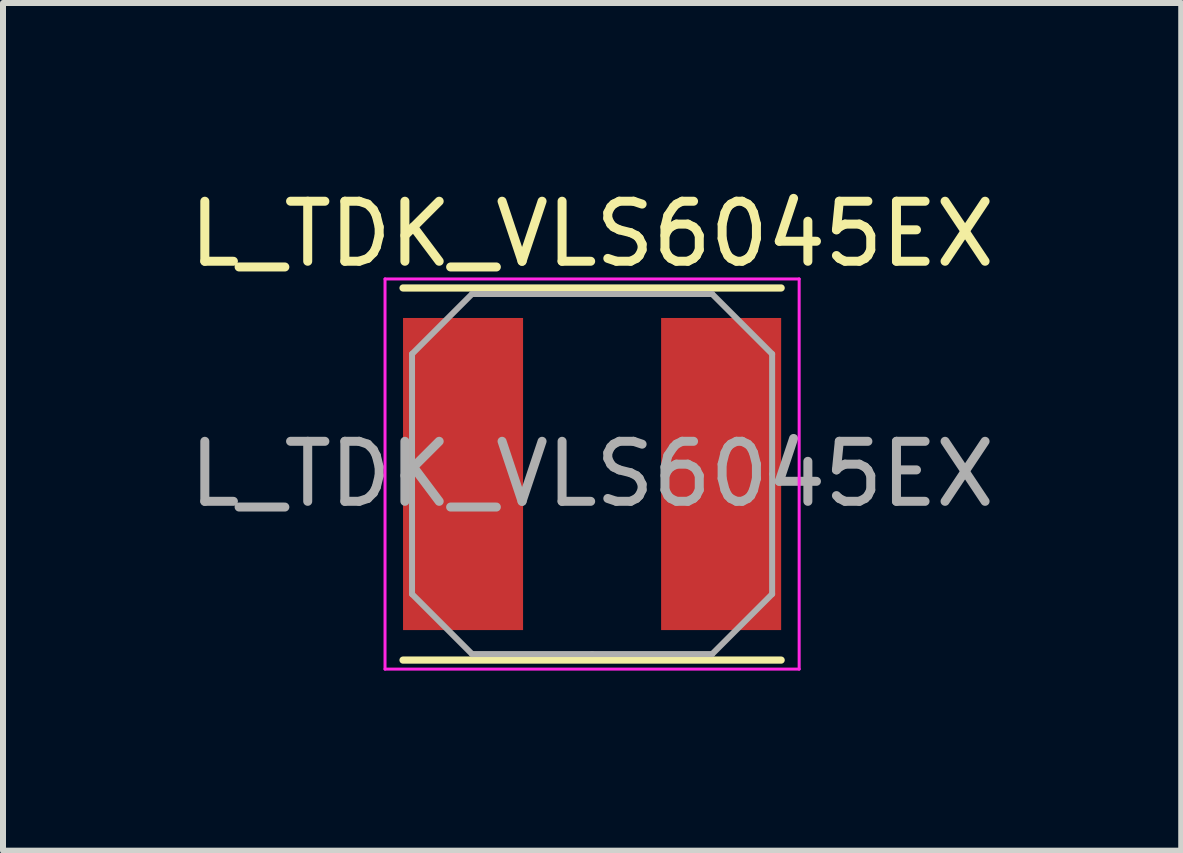
<source format=kicad_pcb>
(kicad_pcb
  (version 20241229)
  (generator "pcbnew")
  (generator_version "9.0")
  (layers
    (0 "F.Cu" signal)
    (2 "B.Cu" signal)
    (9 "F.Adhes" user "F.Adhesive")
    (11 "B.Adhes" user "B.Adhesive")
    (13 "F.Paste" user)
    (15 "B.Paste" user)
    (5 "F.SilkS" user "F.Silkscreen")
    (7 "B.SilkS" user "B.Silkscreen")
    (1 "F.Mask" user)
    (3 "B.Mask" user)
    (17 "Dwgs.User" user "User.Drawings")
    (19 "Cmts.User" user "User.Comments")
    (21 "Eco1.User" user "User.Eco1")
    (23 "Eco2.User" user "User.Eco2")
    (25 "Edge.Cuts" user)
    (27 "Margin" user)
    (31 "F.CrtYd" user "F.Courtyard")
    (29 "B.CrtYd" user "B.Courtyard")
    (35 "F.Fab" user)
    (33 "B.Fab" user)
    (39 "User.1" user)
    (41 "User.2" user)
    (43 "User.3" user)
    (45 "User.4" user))
  (footprint "L_TDK_VLS6045EX"
    (layer "F.Cu")
    (at 6.815 4.848)
    (property "Reference" "L_TDK_VLS6045EX" (at 0 -4 0) (layer "F.SilkS") (effects (font (size 1 1) (thickness 0.15))))
    (attr smd)
    (fp_line (start -3.15 -3.1) (end 3.15 -3.1) (stroke (width 0.12) (type solid)) (layer "F.SilkS"))
    (fp_line (start -3.15 3.1) (end 3.15 3.1) (stroke (width 0.12) (type solid)) (layer "F.SilkS"))
    (fp_line (start -3.45 -3.25) (end -3.45 3.25) (stroke (width 0.05) (type solid)) (layer "F.CrtYd"))
    (fp_line (start -3.45 3.25) (end 3.45 3.25) (stroke (width 0.05) (type solid)) (layer "F.CrtYd"))
    (fp_line (start 3.45 -3.25) (end -3.45 -3.25) (stroke (width 0.05) (type solid)) (layer "F.CrtYd"))
    (fp_line (start 3.45 3.25) (end 3.45 -3.25) (stroke (width 0.05) (type solid)) (layer "F.CrtYd"))
    (fp_line (start -3 -2) (end -2 -3) (stroke (width 0.1) (type solid)) (layer "F.Fab"))
    (fp_line (start -3 0) (end -3 -2) (stroke (width 0.1) (type solid)) (layer "F.Fab"))
    (fp_line (start -3 0) (end -3 2) (stroke (width 0.1) (type solid)) (layer "F.Fab"))
    (fp_line (start -3 2) (end -2 3) (stroke (width 0.1) (type solid)) (layer "F.Fab"))
    (fp_line (start -2 -3) (end 0 -3) (stroke (width 0.1) (type solid)) (layer "F.Fab"))
    (fp_line (start -2 3) (end 0 3) (stroke (width 0.1) (type solid)) (layer "F.Fab"))
    (fp_line (start 2 -3) (end 0 -3) (stroke (width 0.1) (type solid)) (layer "F.Fab"))
    (fp_line (start 2 3) (end 0 3) (stroke (width 0.1) (type solid)) (layer "F.Fab"))
    (fp_line (start 3 -2) (end 2 -3) (stroke (width 0.1) (type solid)) (layer "F.Fab"))
    (fp_line (start 3 0) (end 3 -2) (stroke (width 0.1) (type solid)) (layer "F.Fab"))
    (fp_line (start 3 0) (end 3 2) (stroke (width 0.1) (type solid)) (layer "F.Fab"))
    (fp_line (start 3 2) (end 2 3) (stroke (width 0.1) (type solid)) (layer "F.Fab"))
    (fp_text user "${REFERENCE}" (at 0 0 0) (layer "F.Fab") (effects (font (size 1 1) (thickness 0.15))))
    (pad "1" smd rect (at -2.15 0) (size 2 5.2) (layers "F.Cu" "F.Mask" "F.Paste"))
    (pad "2" smd rect (at 2.15 0) (size 2 5.2) (layers "F.Cu" "F.Mask" "F.Paste")))
  (gr_rect
    (start -3 -3)
    (end 16.631 11.123)
    (stroke (width 0.1) (type default))
    (fill no)
    (layer "Edge.Cuts")))
</source>
